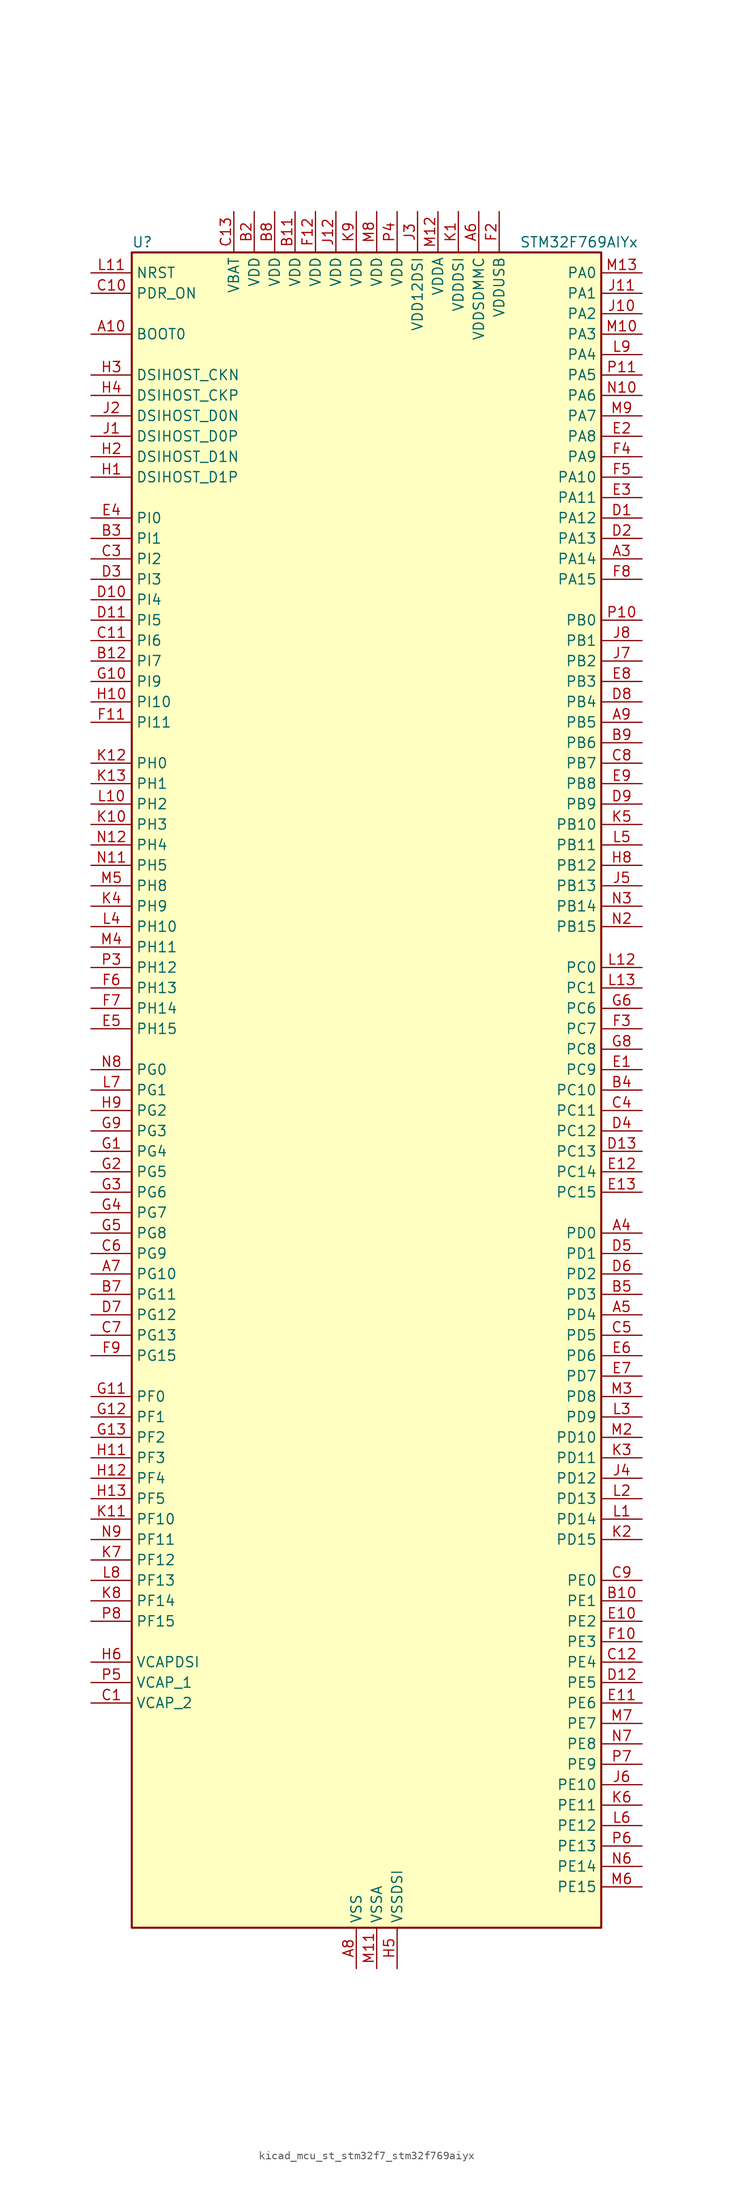
<source format=kicad_sym>
(kicad_symbol_lib
  (version 20220914)
  (generator kicad_symbol_editor)
  (symbol "kicad_mcu_st_stm32f7_stm32f769aiyx"
    (property "Reference" "U"
      (at -27.94 105.41 0)
      (effects (font (size 1.27 1.27)) (justify left)))
    (property "Value" "STM32F769AIYx"
      (at 20.32 105.41 0)
      (effects (font (size 1.27 1.27)) (justify left)))
    (property "ki_locked" ""
      (at 0 0 0)
      (effects (font (size 1.27 1.27))))
    (symbol "kicad_mcu_st_stm32f7_stm32f769aiyx_0_1"
      (rectangle (start -27.94 -104.14) (end 30.48 104.14) (stroke (width 0.254) (type default)) (fill (type background))))
    (symbol "kicad_mcu_st_stm32f7_stm32f769aiyx_1_1"
      (pin no_connect line (at -27.94 -104.14 0) (length 5.08) hide (name "NC" (effects (font (size 1.27 1.27)))) (number "A1" (effects (font (size 1.27 1.27)))))
      (pin input line (at -33.02 93.98 0) (length 5.08) (name "BOOT0" (effects (font (size 1.27 1.27)))) (number "A10" (effects (font (size 1.27 1.27)))))
      (pin passive line (at 0 -109.22 90) (length 5.08) hide (name "VSS" (effects (font (size 1.27 1.27)))) (number "A11" (effects (font (size 1.27 1.27)))))
      (pin no_connect line (at -27.94 -99.06 0) (length 5.08) hide (name "NC" (effects (font (size 1.27 1.27)))) (number "A12" (effects (font (size 1.27 1.27)))))
      (pin no_connect line (at -27.94 -96.52 0) (length 5.08) hide (name "NC" (effects (font (size 1.27 1.27)))) (number "A13" (effects (font (size 1.27 1.27)))))
      (pin no_connect line (at -27.94 -101.6 0) (length 5.08) hide (name "NC" (effects (font (size 1.27 1.27)))) (number "A2" (effects (font (size 1.27 1.27)))))
      (pin bidirectional line (at 35.56 66.04 180) (length 5.08) (name "PA14" (effects (font (size 1.27 1.27)))) (number "A3" (effects (font (size 1.27 1.27)))) (alternate "SYS_JTCK-SWCLK" bidirectional line))
      (pin bidirectional line (at 35.56 -17.78 180) (length 5.08) (name "PD0" (effects (font (size 1.27 1.27)))) (number "A4" (effects (font (size 1.27 1.27)))) (alternate "CAN1_RX" bidirectional line) (alternate "DFSDM1_CKIN6" bidirectional line) (alternate "DFSDM1_DATIN7" bidirectional line) (alternate "FMC_D2" bidirectional line) (alternate "FMC_DA2" bidirectional line) (alternate "UART4_RX" bidirectional line))
      (pin bidirectional line (at 35.56 -27.94 180) (length 5.08) (name "PD4" (effects (font (size 1.27 1.27)))) (number "A5" (effects (font (size 1.27 1.27)))) (alternate "DFSDM1_CKIN0" bidirectional line) (alternate "FMC_NOE" bidirectional line) (alternate "USART2_DE" bidirectional line) (alternate "USART2_RTS" bidirectional line))
      (pin power_in line (at 15.24 109.22 270) (length 5.08) (name "VDDSDMMC" (effects (font (size 1.27 1.27)))) (number "A6" (effects (font (size 1.27 1.27)))))
      (pin bidirectional line (at -33.02 -22.86 0) (length 5.08) (name "PG10" (effects (font (size 1.27 1.27)))) (number "A7" (effects (font (size 1.27 1.27)))) (alternate "DCMI_D2" bidirectional line) (alternate "FMC_NE3" bidirectional line) (alternate "I2S1_WS" bidirectional line) (alternate "LTDC_B2" bidirectional line) (alternate "LTDC_G3" bidirectional line) (alternate "SAI2_SD_B" bidirectional line) (alternate "SDMMC2_D1" bidirectional line) (alternate "SPI1_NSS" bidirectional line))
      (pin power_in line (at 0 -109.22 90) (length 5.08) (name "VSS" (effects (font (size 1.27 1.27)))) (number "A8" (effects (font (size 1.27 1.27)))))
      (pin bidirectional line (at 35.56 45.72 180) (length 5.08) (name "PB5" (effects (font (size 1.27 1.27)))) (number "A9" (effects (font (size 1.27 1.27)))) (alternate "CAN2_RX" bidirectional line) (alternate "DCMI_D10" bidirectional line) (alternate "FMC_SDCKE1" bidirectional line) (alternate "I2C1_SMBA" bidirectional line) (alternate "I2S1_SD" bidirectional line) (alternate "I2S3_SD" bidirectional line) (alternate "LTDC_G7" bidirectional line) (alternate "SPI1_MOSI" bidirectional line) (alternate "SPI3_MOSI" bidirectional line) (alternate "SPI6_MOSI" bidirectional line) (alternate "TIM3_CH2" bidirectional line) (alternate "UART5_RX" bidirectional line) (alternate "USB_OTG_HS_ULPI_D7" bidirectional line))
      (pin no_connect line (at -27.94 -93.98 0) (length 5.08) hide (name "NC" (effects (font (size 1.27 1.27)))) (number "B1" (effects (font (size 1.27 1.27)))))
      (pin bidirectional line (at 35.56 -63.5 180) (length 5.08) (name "PE1" (effects (font (size 1.27 1.27)))) (number "B10" (effects (font (size 1.27 1.27)))) (alternate "DCMI_D3" bidirectional line) (alternate "FMC_NBL1" bidirectional line) (alternate "LPTIM1_IN2" bidirectional line) (alternate "UART8_TX" bidirectional line))
      (pin power_in line (at -7.62 109.22 270) (length 5.08) (name "VDD" (effects (font (size 1.27 1.27)))) (number "B11" (effects (font (size 1.27 1.27)))))
      (pin bidirectional line (at -33.02 53.34 0) (length 5.08) (name "PI7" (effects (font (size 1.27 1.27)))) (number "B12" (effects (font (size 1.27 1.27)))) (alternate "DCMI_D7" bidirectional line) (alternate "FMC_D29" bidirectional line) (alternate "LTDC_B7" bidirectional line) (alternate "SAI2_FS_A" bidirectional line) (alternate "TIM8_CH3" bidirectional line))
      (pin no_connect line (at -27.94 -91.44 0) (length 5.08) hide (name "NC" (effects (font (size 1.27 1.27)))) (number "B13" (effects (font (size 1.27 1.27)))))
      (pin power_in line (at -12.7 109.22 270) (length 5.08) (name "VDD" (effects (font (size 1.27 1.27)))) (number "B2" (effects (font (size 1.27 1.27)))))
      (pin bidirectional line (at -33.02 68.58 0) (length 5.08) (name "PI1" (effects (font (size 1.27 1.27)))) (number "B3" (effects (font (size 1.27 1.27)))) (alternate "DCMI_D8" bidirectional line) (alternate "FMC_D25" bidirectional line) (alternate "I2S2_CK" bidirectional line) (alternate "LTDC_G6" bidirectional line) (alternate "SPI2_SCK" bidirectional line) (alternate "TIM8_BKIN2" bidirectional line))
      (pin bidirectional line (at 35.56 0 180) (length 5.08) (name "PC10" (effects (font (size 1.27 1.27)))) (number "B4" (effects (font (size 1.27 1.27)))) (alternate "DCMI_D8" bidirectional line) (alternate "DFSDM1_CKIN5" bidirectional line) (alternate "I2S3_CK" bidirectional line) (alternate "LTDC_R2" bidirectional line) (alternate "QUADSPI_BK1_IO1" bidirectional line) (alternate "SDMMC1_D2" bidirectional line) (alternate "SPI3_SCK" bidirectional line) (alternate "UART4_TX" bidirectional line) (alternate "USART3_TX" bidirectional line))
      (pin bidirectional line (at 35.56 -25.4 180) (length 5.08) (name "PD3" (effects (font (size 1.27 1.27)))) (number "B5" (effects (font (size 1.27 1.27)))) (alternate "DCMI_D5" bidirectional line) (alternate "DFSDM1_CKOUT" bidirectional line) (alternate "DFSDM1_DATIN0" bidirectional line) (alternate "FMC_CLK" bidirectional line) (alternate "I2S2_CK" bidirectional line) (alternate "LTDC_G7" bidirectional line) (alternate "SPI2_SCK" bidirectional line) (alternate "USART2_CTS" bidirectional line))
      (pin passive line (at 0 -109.22 90) (length 5.08) hide (name "VSS" (effects (font (size 1.27 1.27)))) (number "B6" (effects (font (size 1.27 1.27)))))
      (pin bidirectional line (at -33.02 -25.4 0) (length 5.08) (name "PG11" (effects (font (size 1.27 1.27)))) (number "B7" (effects (font (size 1.27 1.27)))) (alternate "ADC1_EXTI11" bidirectional line) (alternate "ADC2_EXTI11" bidirectional line) (alternate "ADC3_EXTI11" bidirectional line) (alternate "DCMI_D3" bidirectional line) (alternate "I2S1_CK" bidirectional line) (alternate "LTDC_B3" bidirectional line) (alternate "SDMMC2_D2" bidirectional line) (alternate "SPDIFRX_IN0" bidirectional line) (alternate "SPI1_SCK" bidirectional line))
      (pin power_in line (at -10.16 109.22 270) (length 5.08) (name "VDD" (effects (font (size 1.27 1.27)))) (number "B8" (effects (font (size 1.27 1.27)))))
      (pin bidirectional line (at 35.56 43.18 180) (length 5.08) (name "PB6" (effects (font (size 1.27 1.27)))) (number "B9" (effects (font (size 1.27 1.27)))) (alternate "CAN2_TX" bidirectional line) (alternate "CEC" bidirectional line) (alternate "DCMI_D5" bidirectional line) (alternate "DFSDM1_DATIN5" bidirectional line) (alternate "FMC_SDNE1" bidirectional line) (alternate "I2C1_SCL" bidirectional line) (alternate "I2C4_SCL" bidirectional line) (alternate "QUADSPI_BK1_NCS" bidirectional line) (alternate "TIM4_CH1" bidirectional line) (alternate "UART5_TX" bidirectional line) (alternate "USART1_TX" bidirectional line))
      (pin power_out line (at -33.02 -76.2 0) (length 5.08) (name "VCAP_2" (effects (font (size 1.27 1.27)))) (number "C1" (effects (font (size 1.27 1.27)))))
      (pin input line (at -33.02 99.06 0) (length 5.08) (name "PDR_ON" (effects (font (size 1.27 1.27)))) (number "C10" (effects (font (size 1.27 1.27)))))
      (pin bidirectional line (at -33.02 55.88 0) (length 5.08) (name "PI6" (effects (font (size 1.27 1.27)))) (number "C11" (effects (font (size 1.27 1.27)))) (alternate "DCMI_D6" bidirectional line) (alternate "FMC_D28" bidirectional line) (alternate "LTDC_B6" bidirectional line) (alternate "SAI2_SD_A" bidirectional line) (alternate "TIM8_CH2" bidirectional line))
      (pin bidirectional line (at 35.56 -71.12 180) (length 5.08) (name "PE4" (effects (font (size 1.27 1.27)))) (number "C12" (effects (font (size 1.27 1.27)))) (alternate "DCMI_D4" bidirectional line) (alternate "DFSDM1_DATIN3" bidirectional line) (alternate "FMC_A20" bidirectional line) (alternate "LTDC_B0" bidirectional line) (alternate "SAI1_FS_A" bidirectional line) (alternate "SPI4_NSS" bidirectional line) (alternate "SYS_TRACED1" bidirectional line))
      (pin power_in line (at -15.24 109.22 270) (length 5.08) (name "VBAT" (effects (font (size 1.27 1.27)))) (number "C13" (effects (font (size 1.27 1.27)))))
      (pin passive line (at 0 -109.22 90) (length 5.08) hide (name "VSS" (effects (font (size 1.27 1.27)))) (number "C2" (effects (font (size 1.27 1.27)))))
      (pin bidirectional line (at -33.02 66.04 0) (length 5.08) (name "PI2" (effects (font (size 1.27 1.27)))) (number "C3" (effects (font (size 1.27 1.27)))) (alternate "DCMI_D9" bidirectional line) (alternate "FMC_D26" bidirectional line) (alternate "LTDC_G7" bidirectional line) (alternate "SPI2_MISO" bidirectional line) (alternate "TIM8_CH4" bidirectional line))
      (pin bidirectional line (at 35.56 -2.54 180) (length 5.08) (name "PC11" (effects (font (size 1.27 1.27)))) (number "C4" (effects (font (size 1.27 1.27)))) (alternate "ADC1_EXTI11" bidirectional line) (alternate "ADC2_EXTI11" bidirectional line) (alternate "ADC3_EXTI11" bidirectional line) (alternate "DCMI_D4" bidirectional line) (alternate "DFSDM1_DATIN5" bidirectional line) (alternate "QUADSPI_BK2_NCS" bidirectional line) (alternate "SDMMC1_D3" bidirectional line) (alternate "SPI3_MISO" bidirectional line) (alternate "UART4_RX" bidirectional line) (alternate "USART3_RX" bidirectional line))
      (pin bidirectional line (at 35.56 -30.48 180) (length 5.08) (name "PD5" (effects (font (size 1.27 1.27)))) (number "C5" (effects (font (size 1.27 1.27)))) (alternate "FMC_NWE" bidirectional line) (alternate "USART2_TX" bidirectional line))
      (pin bidirectional line (at -33.02 -20.32 0) (length 5.08) (name "PG9" (effects (font (size 1.27 1.27)))) (number "C6" (effects (font (size 1.27 1.27)))) (alternate "DAC_EXTI9" bidirectional line) (alternate "DCMI_VSYNC" bidirectional line) (alternate "FMC_NCE" bidirectional line) (alternate "FMC_NE2" bidirectional line) (alternate "QUADSPI_BK2_IO2" bidirectional line) (alternate "SAI2_FS_B" bidirectional line) (alternate "SDMMC2_D0" bidirectional line) (alternate "SPDIFRX_IN3" bidirectional line) (alternate "SPI1_MISO" bidirectional line) (alternate "USART6_RX" bidirectional line))
      (pin bidirectional line (at -33.02 -30.48 0) (length 5.08) (name "PG13" (effects (font (size 1.27 1.27)))) (number "C7" (effects (font (size 1.27 1.27)))) (alternate "FMC_A24" bidirectional line) (alternate "LPTIM1_OUT" bidirectional line) (alternate "LTDC_R0" bidirectional line) (alternate "SPI6_SCK" bidirectional line) (alternate "SYS_TRACED0" bidirectional line) (alternate "USART6_CTS" bidirectional line))
      (pin bidirectional line (at 35.56 40.64 180) (length 5.08) (name "PB7" (effects (font (size 1.27 1.27)))) (number "C8" (effects (font (size 1.27 1.27)))) (alternate "DCMI_VSYNC" bidirectional line) (alternate "DFSDM1_CKIN5" bidirectional line) (alternate "FMC_NL" bidirectional line) (alternate "I2C1_SDA" bidirectional line) (alternate "I2C4_SDA" bidirectional line) (alternate "TIM4_CH2" bidirectional line) (alternate "USART1_RX" bidirectional line))
      (pin bidirectional line (at 35.56 -60.96 180) (length 5.08) (name "PE0" (effects (font (size 1.27 1.27)))) (number "C9" (effects (font (size 1.27 1.27)))) (alternate "DCMI_D2" bidirectional line) (alternate "FMC_NBL0" bidirectional line) (alternate "LPTIM1_ETR" bidirectional line) (alternate "SAI2_MCLK_A" bidirectional line) (alternate "TIM4_ETR" bidirectional line) (alternate "UART8_RX" bidirectional line))
      (pin bidirectional line (at 35.56 71.12 180) (length 5.08) (name "PA12" (effects (font (size 1.27 1.27)))) (number "D1" (effects (font (size 1.27 1.27)))) (alternate "CAN1_TX" bidirectional line) (alternate "I2S2_CK" bidirectional line) (alternate "LTDC_R5" bidirectional line) (alternate "SAI2_FS_B" bidirectional line) (alternate "SPI2_SCK" bidirectional line) (alternate "TIM1_ETR" bidirectional line) (alternate "UART4_TX" bidirectional line) (alternate "USART1_DE" bidirectional line) (alternate "USART1_RTS" bidirectional line) (alternate "USB_OTG_FS_DP" bidirectional line))
      (pin bidirectional line (at -33.02 60.96 0) (length 5.08) (name "PI4" (effects (font (size 1.27 1.27)))) (number "D10" (effects (font (size 1.27 1.27)))) (alternate "DCMI_D5" bidirectional line) (alternate "FMC_NBL2" bidirectional line) (alternate "LTDC_B4" bidirectional line) (alternate "SAI2_MCLK_A" bidirectional line) (alternate "TIM8_BKIN" bidirectional line))
      (pin bidirectional line (at -33.02 58.42 0) (length 5.08) (name "PI5" (effects (font (size 1.27 1.27)))) (number "D11" (effects (font (size 1.27 1.27)))) (alternate "DCMI_VSYNC" bidirectional line) (alternate "FMC_NBL3" bidirectional line) (alternate "LTDC_B5" bidirectional line) (alternate "SAI2_SCK_A" bidirectional line) (alternate "TIM8_CH1" bidirectional line))
      (pin bidirectional line (at 35.56 -73.66 180) (length 5.08) (name "PE5" (effects (font (size 1.27 1.27)))) (number "D12" (effects (font (size 1.27 1.27)))) (alternate "DCMI_D6" bidirectional line) (alternate "DFSDM1_CKIN3" bidirectional line) (alternate "FMC_A21" bidirectional line) (alternate "LTDC_G0" bidirectional line) (alternate "SAI1_SCK_A" bidirectional line) (alternate "SPI4_MISO" bidirectional line) (alternate "SYS_TRACED2" bidirectional line) (alternate "TIM9_CH1" bidirectional line))
      (pin bidirectional line (at 35.56 -7.62 180) (length 5.08) (name "PC13" (effects (font (size 1.27 1.27)))) (number "D13" (effects (font (size 1.27 1.27)))) (alternate "RTC_OUT" bidirectional line) (alternate "RTC_TAMP1" bidirectional line) (alternate "RTC_TS" bidirectional line) (alternate "SYS_WKUP4" bidirectional line))
      (pin bidirectional line (at 35.56 68.58 180) (length 5.08) (name "PA13" (effects (font (size 1.27 1.27)))) (number "D2" (effects (font (size 1.27 1.27)))) (alternate "SYS_JTMS-SWDIO" bidirectional line))
      (pin bidirectional line (at -33.02 63.5 0) (length 5.08) (name "PI3" (effects (font (size 1.27 1.27)))) (number "D3" (effects (font (size 1.27 1.27)))) (alternate "DCMI_D10" bidirectional line) (alternate "FMC_D27" bidirectional line) (alternate "I2S2_SD" bidirectional line) (alternate "SPI2_MOSI" bidirectional line) (alternate "TIM8_ETR" bidirectional line))
      (pin bidirectional line (at 35.56 -5.08 180) (length 5.08) (name "PC12" (effects (font (size 1.27 1.27)))) (number "D4" (effects (font (size 1.27 1.27)))) (alternate "DCMI_D9" bidirectional line) (alternate "I2S3_SD" bidirectional line) (alternate "SDMMC1_CK" bidirectional line) (alternate "SPI3_MOSI" bidirectional line) (alternate "SYS_TRACED3" bidirectional line) (alternate "UART5_TX" bidirectional line) (alternate "USART3_CK" bidirectional line))
      (pin bidirectional line (at 35.56 -20.32 180) (length 5.08) (name "PD1" (effects (font (size 1.27 1.27)))) (number "D5" (effects (font (size 1.27 1.27)))) (alternate "CAN1_TX" bidirectional line) (alternate "DFSDM1_CKIN7" bidirectional line) (alternate "DFSDM1_DATIN6" bidirectional line) (alternate "FMC_D3" bidirectional line) (alternate "FMC_DA3" bidirectional line) (alternate "UART4_TX" bidirectional line))
      (pin bidirectional line (at 35.56 -22.86 180) (length 5.08) (name "PD2" (effects (font (size 1.27 1.27)))) (number "D6" (effects (font (size 1.27 1.27)))) (alternate "DCMI_D11" bidirectional line) (alternate "SDMMC1_CMD" bidirectional line) (alternate "SYS_TRACED2" bidirectional line) (alternate "TIM3_ETR" bidirectional line) (alternate "UART5_RX" bidirectional line))
      (pin bidirectional line (at -33.02 -27.94 0) (length 5.08) (name "PG12" (effects (font (size 1.27 1.27)))) (number "D7" (effects (font (size 1.27 1.27)))) (alternate "FMC_NE4" bidirectional line) (alternate "LPTIM1_IN1" bidirectional line) (alternate "LTDC_B1" bidirectional line) (alternate "LTDC_B4" bidirectional line) (alternate "SDMMC2_D3" bidirectional line) (alternate "SPDIFRX_IN1" bidirectional line) (alternate "SPI6_MISO" bidirectional line) (alternate "USART6_DE" bidirectional line) (alternate "USART6_RTS" bidirectional line))
      (pin bidirectional line (at 35.56 48.26 180) (length 5.08) (name "PB4" (effects (font (size 1.27 1.27)))) (number "D8" (effects (font (size 1.27 1.27)))) (alternate "CAN3_TX" bidirectional line) (alternate "I2S2_WS" bidirectional line) (alternate "SDMMC2_D3" bidirectional line) (alternate "SPI1_MISO" bidirectional line) (alternate "SPI2_NSS" bidirectional line) (alternate "SPI3_MISO" bidirectional line) (alternate "SPI6_MISO" bidirectional line) (alternate "SYS_JTRST" bidirectional line) (alternate "TIM3_CH1" bidirectional line) (alternate "UART7_TX" bidirectional line))
      (pin bidirectional line (at 35.56 35.56 180) (length 5.08) (name "PB9" (effects (font (size 1.27 1.27)))) (number "D9" (effects (font (size 1.27 1.27)))) (alternate "CAN1_TX" bidirectional line) (alternate "DAC_EXTI9" bidirectional line) (alternate "DCMI_D7" bidirectional line) (alternate "DFSDM1_DATIN7" bidirectional line) (alternate "I2C1_SDA" bidirectional line) (alternate "I2C4_SDA" bidirectional line) (alternate "I2C4_SMBA" bidirectional line) (alternate "I2S2_WS" bidirectional line) (alternate "LTDC_B7" bidirectional line) (alternate "SDMMC1_D5" bidirectional line) (alternate "SDMMC2_D5" bidirectional line) (alternate "SPI2_NSS" bidirectional line) (alternate "TIM11_CH1" bidirectional line) (alternate "TIM4_CH4" bidirectional line) (alternate "UART5_TX" bidirectional line))
      (pin bidirectional line (at 35.56 2.54 180) (length 5.08) (name "PC9" (effects (font (size 1.27 1.27)))) (number "E1" (effects (font (size 1.27 1.27)))) (alternate "DAC_EXTI9" bidirectional line) (alternate "DCMI_D3" bidirectional line) (alternate "I2C3_SDA" bidirectional line) (alternate "I2S_CKIN" bidirectional line) (alternate "LTDC_B2" bidirectional line) (alternate "LTDC_G3" bidirectional line) (alternate "QUADSPI_BK1_IO0" bidirectional line) (alternate "RCC_MCO_2" bidirectional line) (alternate "SDMMC1_D1" bidirectional line) (alternate "TIM3_CH4" bidirectional line) (alternate "TIM8_CH4" bidirectional line) (alternate "UART5_CTS" bidirectional line))
      (pin bidirectional line (at 35.56 -66.04 180) (length 5.08) (name "PE2" (effects (font (size 1.27 1.27)))) (number "E10" (effects (font (size 1.27 1.27)))) (alternate "FMC_A23" bidirectional line) (alternate "QUADSPI_BK1_IO2" bidirectional line) (alternate "SAI1_MCLK_A" bidirectional line) (alternate "SPI4_SCK" bidirectional line) (alternate "SYS_TRACECLK" bidirectional line))
      (pin bidirectional line (at 35.56 -76.2 180) (length 5.08) (name "PE6" (effects (font (size 1.27 1.27)))) (number "E11" (effects (font (size 1.27 1.27)))) (alternate "DCMI_D7" bidirectional line) (alternate "FMC_A22" bidirectional line) (alternate "LTDC_G1" bidirectional line) (alternate "SAI1_SD_A" bidirectional line) (alternate "SAI2_MCLK_B" bidirectional line) (alternate "SPI4_MOSI" bidirectional line) (alternate "SYS_TRACED3" bidirectional line) (alternate "TIM1_BKIN2" bidirectional line) (alternate "TIM9_CH2" bidirectional line))
      (pin bidirectional line (at 35.56 -10.16 180) (length 5.08) (name "PC14" (effects (font (size 1.27 1.27)))) (number "E12" (effects (font (size 1.27 1.27)))) (alternate "RCC_OSC32_IN" bidirectional line))
      (pin bidirectional line (at 35.56 -12.7 180) (length 5.08) (name "PC15" (effects (font (size 1.27 1.27)))) (number "E13" (effects (font (size 1.27 1.27)))) (alternate "RCC_OSC32_OUT" bidirectional line))
      (pin bidirectional line (at 35.56 81.28 180) (length 5.08) (name "PA8" (effects (font (size 1.27 1.27)))) (number "E2" (effects (font (size 1.27 1.27)))) (alternate "CAN3_RX" bidirectional line) (alternate "I2C3_SCL" bidirectional line) (alternate "LTDC_B3" bidirectional line) (alternate "LTDC_R6" bidirectional line) (alternate "RCC_MCO_1" bidirectional line) (alternate "TIM1_CH1" bidirectional line) (alternate "TIM8_BKIN2" bidirectional line) (alternate "UART7_RX" bidirectional line) (alternate "USART1_CK" bidirectional line) (alternate "USB_OTG_FS_SOF" bidirectional line))
      (pin bidirectional line (at 35.56 73.66 180) (length 5.08) (name "PA11" (effects (font (size 1.27 1.27)))) (number "E3" (effects (font (size 1.27 1.27)))) (alternate "ADC1_EXTI11" bidirectional line) (alternate "ADC2_EXTI11" bidirectional line) (alternate "ADC3_EXTI11" bidirectional line) (alternate "CAN1_RX" bidirectional line) (alternate "I2S2_WS" bidirectional line) (alternate "LTDC_R4" bidirectional line) (alternate "SPI2_NSS" bidirectional line) (alternate "TIM1_CH4" bidirectional line) (alternate "UART4_RX" bidirectional line) (alternate "USART1_CTS" bidirectional line) (alternate "USB_OTG_FS_DM" bidirectional line))
      (pin bidirectional line (at -33.02 71.12 0) (length 5.08) (name "PI0" (effects (font (size 1.27 1.27)))) (number "E4" (effects (font (size 1.27 1.27)))) (alternate "DCMI_D13" bidirectional line) (alternate "FMC_D24" bidirectional line) (alternate "I2S2_WS" bidirectional line) (alternate "LTDC_G5" bidirectional line) (alternate "SPI2_NSS" bidirectional line) (alternate "TIM5_CH4" bidirectional line))
      (pin bidirectional line (at -33.02 7.62 0) (length 5.08) (name "PH15" (effects (font (size 1.27 1.27)))) (number "E5" (effects (font (size 1.27 1.27)))) (alternate "DCMI_D11" bidirectional line) (alternate "FMC_D23" bidirectional line) (alternate "LTDC_G4" bidirectional line) (alternate "TIM8_CH3N" bidirectional line))
      (pin bidirectional line (at 35.56 -33.02 180) (length 5.08) (name "PD6" (effects (font (size 1.27 1.27)))) (number "E6" (effects (font (size 1.27 1.27)))) (alternate "DCMI_D10" bidirectional line) (alternate "DFSDM1_CKIN4" bidirectional line) (alternate "DFSDM1_DATIN1" bidirectional line) (alternate "FMC_NWAIT" bidirectional line) (alternate "I2S3_SD" bidirectional line) (alternate "LTDC_B2" bidirectional line) (alternate "SAI1_SD_A" bidirectional line) (alternate "SDMMC2_CK" bidirectional line) (alternate "SPI3_MOSI" bidirectional line) (alternate "USART2_RX" bidirectional line))
      (pin bidirectional line (at 35.56 -35.56 180) (length 5.08) (name "PD7" (effects (font (size 1.27 1.27)))) (number "E7" (effects (font (size 1.27 1.27)))) (alternate "DFSDM1_CKIN1" bidirectional line) (alternate "DFSDM1_DATIN4" bidirectional line) (alternate "FMC_NE1" bidirectional line) (alternate "I2S1_SD" bidirectional line) (alternate "SDMMC2_CMD" bidirectional line) (alternate "SPDIFRX_IN0" bidirectional line) (alternate "SPI1_MOSI" bidirectional line) (alternate "USART2_CK" bidirectional line))
      (pin bidirectional line (at 35.56 50.8 180) (length 5.08) (name "PB3" (effects (font (size 1.27 1.27)))) (number "E8" (effects (font (size 1.27 1.27)))) (alternate "CAN3_RX" bidirectional line) (alternate "I2S1_CK" bidirectional line) (alternate "I2S3_CK" bidirectional line) (alternate "SDMMC2_D2" bidirectional line) (alternate "SPI1_SCK" bidirectional line) (alternate "SPI3_SCK" bidirectional line) (alternate "SPI6_SCK" bidirectional line) (alternate "SYS_JTDO-SWO" bidirectional line) (alternate "TIM2_CH2" bidirectional line) (alternate "UART7_RX" bidirectional line))
      (pin bidirectional line (at 35.56 38.1 180) (length 5.08) (name "PB8" (effects (font (size 1.27 1.27)))) (number "E9" (effects (font (size 1.27 1.27)))) (alternate "CAN1_RX" bidirectional line) (alternate "DCMI_D6" bidirectional line) (alternate "DFSDM1_CKIN7" bidirectional line) (alternate "I2C1_SCL" bidirectional line) (alternate "I2C4_SCL" bidirectional line) (alternate "LTDC_B6" bidirectional line) (alternate "SDMMC1_D4" bidirectional line) (alternate "SDMMC2_D4" bidirectional line) (alternate "TIM10_CH1" bidirectional line) (alternate "TIM4_CH3" bidirectional line) (alternate "UART5_RX" bidirectional line))
      (pin passive line (at 0 -109.22 90) (length 5.08) hide (name "VSS" (effects (font (size 1.27 1.27)))) (number "F1" (effects (font (size 1.27 1.27)))))
      (pin bidirectional line (at 35.56 -68.58 180) (length 5.08) (name "PE3" (effects (font (size 1.27 1.27)))) (number "F10" (effects (font (size 1.27 1.27)))) (alternate "FMC_A19" bidirectional line) (alternate "SAI1_SD_B" bidirectional line) (alternate "SYS_TRACED0" bidirectional line))
      (pin bidirectional line (at -33.02 45.72 0) (length 5.08) (name "PI11" (effects (font (size 1.27 1.27)))) (number "F11" (effects (font (size 1.27 1.27)))) (alternate "ADC1_EXTI11" bidirectional line) (alternate "ADC2_EXTI11" bidirectional line) (alternate "ADC3_EXTI11" bidirectional line) (alternate "LTDC_G6" bidirectional line) (alternate "SYS_WKUP6" bidirectional line) (alternate "USB_OTG_HS_ULPI_DIR" bidirectional line))
      (pin power_in line (at -5.08 109.22 270) (length 5.08) (name "VDD" (effects (font (size 1.27 1.27)))) (number "F12" (effects (font (size 1.27 1.27)))))
      (pin passive line (at 0 -109.22 90) (length 5.08) hide (name "VSS" (effects (font (size 1.27 1.27)))) (number "F13" (effects (font (size 1.27 1.27)))))
      (pin power_in line (at 17.78 109.22 270) (length 5.08) (name "VDDUSB" (effects (font (size 1.27 1.27)))) (number "F2" (effects (font (size 1.27 1.27)))))
      (pin bidirectional line (at 35.56 7.62 180) (length 5.08) (name "PC7" (effects (font (size 1.27 1.27)))) (number "F3" (effects (font (size 1.27 1.27)))) (alternate "DCMI_D1" bidirectional line) (alternate "DFSDM1_DATIN3" bidirectional line) (alternate "FMC_NE1" bidirectional line) (alternate "I2S3_MCK" bidirectional line) (alternate "LTDC_G6" bidirectional line) (alternate "SDMMC1_D7" bidirectional line) (alternate "SDMMC2_D7" bidirectional line) (alternate "TIM3_CH2" bidirectional line) (alternate "TIM8_CH2" bidirectional line) (alternate "USART6_RX" bidirectional line))
      (pin bidirectional line (at 35.56 78.74 180) (length 5.08) (name "PA9" (effects (font (size 1.27 1.27)))) (number "F4" (effects (font (size 1.27 1.27)))) (alternate "DAC_EXTI9" bidirectional line) (alternate "DCMI_D0" bidirectional line) (alternate "I2C3_SMBA" bidirectional line) (alternate "I2S2_CK" bidirectional line) (alternate "LTDC_R5" bidirectional line) (alternate "SPI2_SCK" bidirectional line) (alternate "TIM1_CH2" bidirectional line) (alternate "USART1_TX" bidirectional line) (alternate "USB_OTG_FS_VBUS" bidirectional line))
      (pin bidirectional line (at 35.56 76.2 180) (length 5.08) (name "PA10" (effects (font (size 1.27 1.27)))) (number "F5" (effects (font (size 1.27 1.27)))) (alternate "DCMI_D1" bidirectional line) (alternate "LTDC_B1" bidirectional line) (alternate "LTDC_B4" bidirectional line) (alternate "MDIOS_MDIO" bidirectional line) (alternate "TIM1_CH3" bidirectional line) (alternate "USART1_RX" bidirectional line) (alternate "USB_OTG_FS_ID" bidirectional line))
      (pin bidirectional line (at -33.02 12.7 0) (length 5.08) (name "PH13" (effects (font (size 1.27 1.27)))) (number "F6" (effects (font (size 1.27 1.27)))) (alternate "CAN1_TX" bidirectional line) (alternate "FMC_D21" bidirectional line) (alternate "LTDC_G2" bidirectional line) (alternate "TIM8_CH1N" bidirectional line) (alternate "UART4_TX" bidirectional line))
      (pin bidirectional line (at -33.02 10.16 0) (length 5.08) (name "PH14" (effects (font (size 1.27 1.27)))) (number "F7" (effects (font (size 1.27 1.27)))) (alternate "CAN1_RX" bidirectional line) (alternate "DCMI_D4" bidirectional line) (alternate "FMC_D22" bidirectional line) (alternate "LTDC_G3" bidirectional line) (alternate "TIM8_CH2N" bidirectional line) (alternate "UART4_RX" bidirectional line))
      (pin bidirectional line (at 35.56 63.5 180) (length 5.08) (name "PA15" (effects (font (size 1.27 1.27)))) (number "F8" (effects (font (size 1.27 1.27)))) (alternate "CAN3_TX" bidirectional line) (alternate "CEC" bidirectional line) (alternate "I2S1_WS" bidirectional line) (alternate "I2S3_WS" bidirectional line) (alternate "SPI1_NSS" bidirectional line) (alternate "SPI3_NSS" bidirectional line) (alternate "SPI6_NSS" bidirectional line) (alternate "SYS_JTDI" bidirectional line) (alternate "TIM2_CH1" bidirectional line) (alternate "TIM2_ETR" bidirectional line) (alternate "UART4_DE" bidirectional line) (alternate "UART4_RTS" bidirectional line) (alternate "UART7_TX" bidirectional line))
      (pin bidirectional line (at -33.02 -33.02 0) (length 5.08) (name "PG15" (effects (font (size 1.27 1.27)))) (number "F9" (effects (font (size 1.27 1.27)))) (alternate "DCMI_D13" bidirectional line) (alternate "FMC_SDNCAS" bidirectional line) (alternate "USART6_CTS" bidirectional line))
      (pin bidirectional line (at -33.02 -7.62 0) (length 5.08) (name "PG4" (effects (font (size 1.27 1.27)))) (number "G1" (effects (font (size 1.27 1.27)))) (alternate "FMC_A14" bidirectional line) (alternate "FMC_BA0" bidirectional line))
      (pin bidirectional line (at -33.02 50.8 0) (length 5.08) (name "PI9" (effects (font (size 1.27 1.27)))) (number "G10" (effects (font (size 1.27 1.27)))) (alternate "CAN1_RX" bidirectional line) (alternate "DAC_EXTI9" bidirectional line) (alternate "FMC_D30" bidirectional line) (alternate "LTDC_VSYNC" bidirectional line) (alternate "UART4_RX" bidirectional line))
      (pin bidirectional line (at -33.02 -38.1 0) (length 5.08) (name "PF0" (effects (font (size 1.27 1.27)))) (number "G11" (effects (font (size 1.27 1.27)))) (alternate "FMC_A0" bidirectional line) (alternate "I2C2_SDA" bidirectional line))
      (pin bidirectional line (at -33.02 -40.64 0) (length 5.08) (name "PF1" (effects (font (size 1.27 1.27)))) (number "G12" (effects (font (size 1.27 1.27)))) (alternate "FMC_A1" bidirectional line) (alternate "I2C2_SCL" bidirectional line))
      (pin bidirectional line (at -33.02 -43.18 0) (length 5.08) (name "PF2" (effects (font (size 1.27 1.27)))) (number "G13" (effects (font (size 1.27 1.27)))) (alternate "FMC_A2" bidirectional line) (alternate "I2C2_SMBA" bidirectional line))
      (pin bidirectional line (at -33.02 -10.16 0) (length 5.08) (name "PG5" (effects (font (size 1.27 1.27)))) (number "G2" (effects (font (size 1.27 1.27)))) (alternate "FMC_A15" bidirectional line) (alternate "FMC_BA1" bidirectional line))
      (pin bidirectional line (at -33.02 -12.7 0) (length 5.08) (name "PG6" (effects (font (size 1.27 1.27)))) (number "G3" (effects (font (size 1.27 1.27)))) (alternate "DCMI_D12" bidirectional line) (alternate "FMC_NE3" bidirectional line) (alternate "LTDC_R7" bidirectional line))
      (pin bidirectional line (at -33.02 -15.24 0) (length 5.08) (name "PG7" (effects (font (size 1.27 1.27)))) (number "G4" (effects (font (size 1.27 1.27)))) (alternate "DCMI_D13" bidirectional line) (alternate "FMC_INT" bidirectional line) (alternate "LTDC_CLK" bidirectional line) (alternate "SAI1_MCLK_A" bidirectional line) (alternate "USART6_CK" bidirectional line))
      (pin bidirectional line (at -33.02 -17.78 0) (length 5.08) (name "PG8" (effects (font (size 1.27 1.27)))) (number "G5" (effects (font (size 1.27 1.27)))) (alternate "FMC_SDCLK" bidirectional line) (alternate "LTDC_G7" bidirectional line) (alternate "SPDIFRX_IN2" bidirectional line) (alternate "SPI6_NSS" bidirectional line) (alternate "USART6_DE" bidirectional line) (alternate "USART6_RTS" bidirectional line))
      (pin bidirectional line (at 35.56 10.16 180) (length 5.08) (name "PC6" (effects (font (size 1.27 1.27)))) (number "G6" (effects (font (size 1.27 1.27)))) (alternate "DCMI_D0" bidirectional line) (alternate "DFSDM1_CKIN3" bidirectional line) (alternate "FMC_NWAIT" bidirectional line) (alternate "I2S2_MCK" bidirectional line) (alternate "LTDC_HSYNC" bidirectional line) (alternate "SDMMC1_D6" bidirectional line) (alternate "SDMMC2_D6" bidirectional line) (alternate "TIM3_CH1" bidirectional line) (alternate "TIM8_CH1" bidirectional line) (alternate "USART6_TX" bidirectional line))
      (pin bidirectional line (at 35.56 5.08 180) (length 5.08) (name "PC8" (effects (font (size 1.27 1.27)))) (number "G8" (effects (font (size 1.27 1.27)))) (alternate "DCMI_D2" bidirectional line) (alternate "FMC_NCE" bidirectional line) (alternate "FMC_NE2" bidirectional line) (alternate "SDMMC1_D0" bidirectional line) (alternate "SYS_TRACED1" bidirectional line) (alternate "TIM3_CH3" bidirectional line) (alternate "TIM8_CH3" bidirectional line) (alternate "UART5_DE" bidirectional line) (alternate "UART5_RTS" bidirectional line) (alternate "USART6_CK" bidirectional line))
      (pin bidirectional line (at -33.02 -5.08 0) (length 5.08) (name "PG3" (effects (font (size 1.27 1.27)))) (number "G9" (effects (font (size 1.27 1.27)))) (alternate "FMC_A13" bidirectional line))
      (pin bidirectional line (at -33.02 76.2 0) (length 5.08) (name "DSIHOST_D1P" (effects (font (size 1.27 1.27)))) (number "H1" (effects (font (size 1.27 1.27)))) (alternate "DSIHOST_D1P" bidirectional line))
      (pin bidirectional line (at -33.02 48.26 0) (length 5.08) (name "PI10" (effects (font (size 1.27 1.27)))) (number "H10" (effects (font (size 1.27 1.27)))) (alternate "FMC_D31" bidirectional line) (alternate "LTDC_HSYNC" bidirectional line))
      (pin bidirectional line (at -33.02 -45.72 0) (length 5.08) (name "PF3" (effects (font (size 1.27 1.27)))) (number "H11" (effects (font (size 1.27 1.27)))) (alternate "ADC3_IN9" bidirectional line) (alternate "FMC_A3" bidirectional line))
      (pin bidirectional line (at -33.02 -48.26 0) (length 5.08) (name "PF4" (effects (font (size 1.27 1.27)))) (number "H12" (effects (font (size 1.27 1.27)))) (alternate "ADC3_IN14" bidirectional line) (alternate "FMC_A4" bidirectional line))
      (pin bidirectional line (at -33.02 -50.8 0) (length 5.08) (name "PF5" (effects (font (size 1.27 1.27)))) (number "H13" (effects (font (size 1.27 1.27)))) (alternate "ADC3_IN15" bidirectional line) (alternate "FMC_A5" bidirectional line))
      (pin bidirectional line (at -33.02 78.74 0) (length 5.08) (name "DSIHOST_D1N" (effects (font (size 1.27 1.27)))) (number "H2" (effects (font (size 1.27 1.27)))) (alternate "DSIHOST_D1N" bidirectional line))
      (pin bidirectional line (at -33.02 88.9 0) (length 5.08) (name "DSIHOST_CKN" (effects (font (size 1.27 1.27)))) (number "H3" (effects (font (size 1.27 1.27)))) (alternate "DSIHOST_CKN" bidirectional line))
      (pin bidirectional line (at -33.02 86.36 0) (length 5.08) (name "DSIHOST_CKP" (effects (font (size 1.27 1.27)))) (number "H4" (effects (font (size 1.27 1.27)))) (alternate "DSIHOST_CKP" bidirectional line))
      (pin power_in line (at 5.08 -109.22 90) (length 5.08) (name "VSSDSI" (effects (font (size 1.27 1.27)))) (number "H5" (effects (font (size 1.27 1.27)))))
      (pin power_out line (at -33.02 -71.12 0) (length 5.08) (name "VCAPDSI" (effects (font (size 1.27 1.27)))) (number "H6" (effects (font (size 1.27 1.27)))))
      (pin bidirectional line (at 35.56 27.94 180) (length 5.08) (name "PB12" (effects (font (size 1.27 1.27)))) (number "H8" (effects (font (size 1.27 1.27)))) (alternate "CAN2_RX" bidirectional line) (alternate "DFSDM1_DATIN1" bidirectional line) (alternate "I2C2_SMBA" bidirectional line) (alternate "I2S2_WS" bidirectional line) (alternate "SPI2_NSS" bidirectional line) (alternate "TIM1_BKIN" bidirectional line) (alternate "UART5_RX" bidirectional line) (alternate "USART3_CK" bidirectional line) (alternate "USB_OTG_HS_ID" bidirectional line) (alternate "USB_OTG_HS_ULPI_D5" bidirectional line))
      (pin bidirectional line (at -33.02 -2.54 0) (length 5.08) (name "PG2" (effects (font (size 1.27 1.27)))) (number "H9" (effects (font (size 1.27 1.27)))) (alternate "FMC_A12" bidirectional line))
      (pin bidirectional line (at -33.02 81.28 0) (length 5.08) (name "DSIHOST_D0P" (effects (font (size 1.27 1.27)))) (number "J1" (effects (font (size 1.27 1.27)))) (alternate "DSIHOST_D0P" bidirectional line))
      (pin bidirectional line (at 35.56 96.52 180) (length 5.08) (name "PA2" (effects (font (size 1.27 1.27)))) (number "J10" (effects (font (size 1.27 1.27)))) (alternate "ADC1_IN2" bidirectional line) (alternate "ADC2_IN2" bidirectional line) (alternate "ADC3_IN2" bidirectional line) (alternate "LTDC_R1" bidirectional line) (alternate "MDIOS_MDIO" bidirectional line) (alternate "SAI2_SCK_B" bidirectional line) (alternate "SYS_WKUP2" bidirectional line) (alternate "TIM2_CH3" bidirectional line) (alternate "TIM5_CH3" bidirectional line) (alternate "TIM9_CH1" bidirectional line) (alternate "USART2_TX" bidirectional line))
      (pin bidirectional line (at 35.56 99.06 180) (length 5.08) (name "PA1" (effects (font (size 1.27 1.27)))) (number "J11" (effects (font (size 1.27 1.27)))) (alternate "ADC1_IN1" bidirectional line) (alternate "ADC2_IN1" bidirectional line) (alternate "ADC3_IN1" bidirectional line) (alternate "LTDC_R2" bidirectional line) (alternate "QUADSPI_BK1_IO3" bidirectional line) (alternate "SAI2_MCLK_B" bidirectional line) (alternate "TIM2_CH2" bidirectional line) (alternate "TIM5_CH2" bidirectional line) (alternate "UART4_RX" bidirectional line) (alternate "USART2_DE" bidirectional line) (alternate "USART2_RTS" bidirectional line))
      (pin power_in line (at -2.54 109.22 270) (length 5.08) (name "VDD" (effects (font (size 1.27 1.27)))) (number "J12" (effects (font (size 1.27 1.27)))))
      (pin passive line (at 0 -109.22 90) (length 5.08) hide (name "VSS" (effects (font (size 1.27 1.27)))) (number "J13" (effects (font (size 1.27 1.27)))))
      (pin bidirectional line (at -33.02 83.82 0) (length 5.08) (name "DSIHOST_D0N" (effects (font (size 1.27 1.27)))) (number "J2" (effects (font (size 1.27 1.27)))) (alternate "DSIHOST_D0N" bidirectional line))
      (pin power_in line (at 7.62 109.22 270) (length 5.08) (name "VDD12DSI" (effects (font (size 1.27 1.27)))) (number "J3" (effects (font (size 1.27 1.27)))))
      (pin bidirectional line (at 35.56 -48.26 180) (length 5.08) (name "PD12" (effects (font (size 1.27 1.27)))) (number "J4" (effects (font (size 1.27 1.27)))) (alternate "FMC_A17" bidirectional line) (alternate "FMC_ALE" bidirectional line) (alternate "I2C4_SCL" bidirectional line) (alternate "LPTIM1_IN1" bidirectional line) (alternate "QUADSPI_BK1_IO1" bidirectional line) (alternate "SAI2_FS_A" bidirectional line) (alternate "TIM4_CH1" bidirectional line) (alternate "USART3_DE" bidirectional line) (alternate "USART3_RTS" bidirectional line))
      (pin bidirectional line (at 35.56 25.4 180) (length 5.08) (name "PB13" (effects (font (size 1.27 1.27)))) (number "J5" (effects (font (size 1.27 1.27)))) (alternate "CAN2_TX" bidirectional line) (alternate "DFSDM1_CKIN1" bidirectional line) (alternate "I2S2_CK" bidirectional line) (alternate "SPI2_SCK" bidirectional line) (alternate "TIM1_CH1N" bidirectional line) (alternate "UART5_TX" bidirectional line) (alternate "USART3_CTS" bidirectional line) (alternate "USB_OTG_HS_ULPI_D6" bidirectional line) (alternate "USB_OTG_HS_VBUS" bidirectional line))
      (pin bidirectional line (at 35.56 -86.36 180) (length 5.08) (name "PE10" (effects (font (size 1.27 1.27)))) (number "J6" (effects (font (size 1.27 1.27)))) (alternate "DFSDM1_DATIN4" bidirectional line) (alternate "FMC_D7" bidirectional line) (alternate "FMC_DA7" bidirectional line) (alternate "QUADSPI_BK2_IO3" bidirectional line) (alternate "TIM1_CH2N" bidirectional line) (alternate "UART7_CTS" bidirectional line))
      (pin bidirectional line (at 35.56 53.34 180) (length 5.08) (name "PB2" (effects (font (size 1.27 1.27)))) (number "J7" (effects (font (size 1.27 1.27)))) (alternate "DFSDM1_CKIN1" bidirectional line) (alternate "I2S3_SD" bidirectional line) (alternate "QUADSPI_CLK" bidirectional line) (alternate "SAI1_SD_A" bidirectional line) (alternate "SPI3_MOSI" bidirectional line))
      (pin bidirectional line (at 35.56 55.88 180) (length 5.08) (name "PB1" (effects (font (size 1.27 1.27)))) (number "J8" (effects (font (size 1.27 1.27)))) (alternate "ADC1_IN9" bidirectional line) (alternate "ADC2_IN9" bidirectional line) (alternate "DFSDM1_DATIN1" bidirectional line) (alternate "LTDC_G0" bidirectional line) (alternate "LTDC_R6" bidirectional line) (alternate "TIM1_CH3N" bidirectional line) (alternate "TIM3_CH4" bidirectional line) (alternate "TIM8_CH3N" bidirectional line) (alternate "USB_OTG_HS_ULPI_D2" bidirectional line))
      (pin passive line (at 0 -109.22 90) (length 5.08) hide (name "VSS" (effects (font (size 1.27 1.27)))) (number "J9" (effects (font (size 1.27 1.27)))))
      (pin power_in line (at 12.7 109.22 270) (length 5.08) (name "VDDDSI" (effects (font (size 1.27 1.27)))) (number "K1" (effects (font (size 1.27 1.27)))))
      (pin bidirectional line (at -33.02 33.02 0) (length 5.08) (name "PH3" (effects (font (size 1.27 1.27)))) (number "K10" (effects (font (size 1.27 1.27)))) (alternate "FMC_SDNE0" bidirectional line) (alternate "LTDC_R1" bidirectional line) (alternate "QUADSPI_BK2_IO1" bidirectional line) (alternate "SAI2_MCLK_B" bidirectional line))
      (pin bidirectional line (at -33.02 -53.34 0) (length 5.08) (name "PF10" (effects (font (size 1.27 1.27)))) (number "K11" (effects (font (size 1.27 1.27)))) (alternate "ADC3_IN8" bidirectional line) (alternate "DCMI_D11" bidirectional line) (alternate "LTDC_DE" bidirectional line) (alternate "QUADSPI_CLK" bidirectional line))
      (pin bidirectional line (at -33.02 40.64 0) (length 5.08) (name "PH0" (effects (font (size 1.27 1.27)))) (number "K12" (effects (font (size 1.27 1.27)))) (alternate "RCC_OSC_IN" bidirectional line))
      (pin bidirectional line (at -33.02 38.1 0) (length 5.08) (name "PH1" (effects (font (size 1.27 1.27)))) (number "K13" (effects (font (size 1.27 1.27)))) (alternate "RCC_OSC_OUT" bidirectional line))
      (pin bidirectional line (at 35.56 -55.88 180) (length 5.08) (name "PD15" (effects (font (size 1.27 1.27)))) (number "K2" (effects (font (size 1.27 1.27)))) (alternate "FMC_D1" bidirectional line) (alternate "FMC_DA1" bidirectional line) (alternate "TIM4_CH4" bidirectional line) (alternate "UART8_DE" bidirectional line) (alternate "UART8_RTS" bidirectional line))
      (pin bidirectional line (at 35.56 -45.72 180) (length 5.08) (name "PD11" (effects (font (size 1.27 1.27)))) (number "K3" (effects (font (size 1.27 1.27)))) (alternate "ADC1_EXTI11" bidirectional line) (alternate "ADC2_EXTI11" bidirectional line) (alternate "ADC3_EXTI11" bidirectional line) (alternate "FMC_A16" bidirectional line) (alternate "FMC_CLE" bidirectional line) (alternate "I2C4_SMBA" bidirectional line) (alternate "QUADSPI_BK1_IO0" bidirectional line) (alternate "SAI2_SD_A" bidirectional line) (alternate "USART3_CTS" bidirectional line))
      (pin bidirectional line (at -33.02 22.86 0) (length 5.08) (name "PH9" (effects (font (size 1.27 1.27)))) (number "K4" (effects (font (size 1.27 1.27)))) (alternate "DAC_EXTI9" bidirectional line) (alternate "DCMI_D0" bidirectional line) (alternate "FMC_D17" bidirectional line) (alternate "I2C3_SMBA" bidirectional line) (alternate "LTDC_R3" bidirectional line) (alternate "TIM12_CH2" bidirectional line))
      (pin bidirectional line (at 35.56 33.02 180) (length 5.08) (name "PB10" (effects (font (size 1.27 1.27)))) (number "K5" (effects (font (size 1.27 1.27)))) (alternate "DFSDM1_DATIN7" bidirectional line) (alternate "I2C2_SCL" bidirectional line) (alternate "I2S2_CK" bidirectional line) (alternate "LTDC_G4" bidirectional line) (alternate "QUADSPI_BK1_NCS" bidirectional line) (alternate "SPI2_SCK" bidirectional line) (alternate "TIM2_CH3" bidirectional line) (alternate "USART3_TX" bidirectional line) (alternate "USB_OTG_HS_ULPI_D3" bidirectional line))
      (pin bidirectional line (at 35.56 -88.9 180) (length 5.08) (name "PE11" (effects (font (size 1.27 1.27)))) (number "K6" (effects (font (size 1.27 1.27)))) (alternate "ADC1_EXTI11" bidirectional line) (alternate "ADC2_EXTI11" bidirectional line) (alternate "ADC3_EXTI11" bidirectional line) (alternate "DFSDM1_CKIN4" bidirectional line) (alternate "FMC_D8" bidirectional line) (alternate "FMC_DA8" bidirectional line) (alternate "LTDC_G3" bidirectional line) (alternate "SAI2_SD_B" bidirectional line) (alternate "SPI4_NSS" bidirectional line) (alternate "TIM1_CH2" bidirectional line))
      (pin bidirectional line (at -33.02 -58.42 0) (length 5.08) (name "PF12" (effects (font (size 1.27 1.27)))) (number "K7" (effects (font (size 1.27 1.27)))) (alternate "FMC_A6" bidirectional line))
      (pin bidirectional line (at -33.02 -63.5 0) (length 5.08) (name "PF14" (effects (font (size 1.27 1.27)))) (number "K8" (effects (font (size 1.27 1.27)))) (alternate "DFSDM1_CKIN6" bidirectional line) (alternate "FMC_A8" bidirectional line) (alternate "I2C4_SCL" bidirectional line))
      (pin power_in line (at 0 109.22 270) (length 5.08) (name "VDD" (effects (font (size 1.27 1.27)))) (number "K9" (effects (font (size 1.27 1.27)))))
      (pin bidirectional line (at 35.56 -53.34 180) (length 5.08) (name "PD14" (effects (font (size 1.27 1.27)))) (number "L1" (effects (font (size 1.27 1.27)))) (alternate "FMC_D0" bidirectional line) (alternate "FMC_DA0" bidirectional line) (alternate "TIM4_CH3" bidirectional line) (alternate "UART8_CTS" bidirectional line))
      (pin bidirectional line (at -33.02 35.56 0) (length 5.08) (name "PH2" (effects (font (size 1.27 1.27)))) (number "L10" (effects (font (size 1.27 1.27)))) (alternate "FMC_SDCKE0" bidirectional line) (alternate "LPTIM1_IN2" bidirectional line) (alternate "LTDC_R0" bidirectional line) (alternate "QUADSPI_BK2_IO0" bidirectional line) (alternate "SAI2_SCK_B" bidirectional line))
      (pin input line (at -33.02 101.6 0) (length 5.08) (name "NRST" (effects (font (size 1.27 1.27)))) (number "L11" (effects (font (size 1.27 1.27)))))
      (pin bidirectional line (at 35.56 15.24 180) (length 5.08) (name "PC0" (effects (font (size 1.27 1.27)))) (number "L12" (effects (font (size 1.27 1.27)))) (alternate "ADC1_IN10" bidirectional line) (alternate "ADC2_IN10" bidirectional line) (alternate "ADC3_IN10" bidirectional line) (alternate "DFSDM1_CKIN0" bidirectional line) (alternate "DFSDM1_DATIN4" bidirectional line) (alternate "FMC_SDNWE" bidirectional line) (alternate "LTDC_R5" bidirectional line) (alternate "SAI2_FS_B" bidirectional line) (alternate "USB_OTG_HS_ULPI_STP" bidirectional line))
      (pin bidirectional line (at 35.56 12.7 180) (length 5.08) (name "PC1" (effects (font (size 1.27 1.27)))) (number "L13" (effects (font (size 1.27 1.27)))) (alternate "ADC1_IN11" bidirectional line) (alternate "ADC2_IN11" bidirectional line) (alternate "ADC3_IN11" bidirectional line) (alternate "DFSDM1_CKIN4" bidirectional line) (alternate "DFSDM1_DATIN0" bidirectional line) (alternate "I2S2_SD" bidirectional line) (alternate "MDIOS_MDC" bidirectional line) (alternate "RTC_TAMP3" bidirectional line) (alternate "RTC_TS" bidirectional line) (alternate "SAI1_SD_A" bidirectional line) (alternate "SPI2_MOSI" bidirectional line) (alternate "SYS_TRACED0" bidirectional line) (alternate "SYS_WKUP3" bidirectional line))
      (pin bidirectional line (at 35.56 -50.8 180) (length 5.08) (name "PD13" (effects (font (size 1.27 1.27)))) (number "L2" (effects (font (size 1.27 1.27)))) (alternate "FMC_A18" bidirectional line) (alternate "I2C4_SDA" bidirectional line) (alternate "LPTIM1_OUT" bidirectional line) (alternate "QUADSPI_BK1_IO3" bidirectional line) (alternate "SAI2_SCK_A" bidirectional line) (alternate "TIM4_CH2" bidirectional line))
      (pin bidirectional line (at 35.56 -40.64 180) (length 5.08) (name "PD9" (effects (font (size 1.27 1.27)))) (number "L3" (effects (font (size 1.27 1.27)))) (alternate "DAC_EXTI9" bidirectional line) (alternate "DFSDM1_DATIN3" bidirectional line) (alternate "FMC_D14" bidirectional line) (alternate "FMC_DA14" bidirectional line) (alternate "USART3_RX" bidirectional line))
      (pin bidirectional line (at -33.02 20.32 0) (length 5.08) (name "PH10" (effects (font (size 1.27 1.27)))) (number "L4" (effects (font (size 1.27 1.27)))) (alternate "DCMI_D1" bidirectional line) (alternate "FMC_D18" bidirectional line) (alternate "I2C4_SMBA" bidirectional line) (alternate "LTDC_R4" bidirectional line) (alternate "TIM5_CH1" bidirectional line))
      (pin bidirectional line (at 35.56 30.48 180) (length 5.08) (name "PB11" (effects (font (size 1.27 1.27)))) (number "L5" (effects (font (size 1.27 1.27)))) (alternate "ADC1_EXTI11" bidirectional line) (alternate "ADC2_EXTI11" bidirectional line) (alternate "ADC3_EXTI11" bidirectional line) (alternate "DFSDM1_CKIN7" bidirectional line) (alternate "DSIHOST_TE" bidirectional line) (alternate "I2C2_SDA" bidirectional line) (alternate "LTDC_G5" bidirectional line) (alternate "TIM2_CH4" bidirectional line) (alternate "USART3_RX" bidirectional line) (alternate "USB_OTG_HS_ULPI_D4" bidirectional line))
      (pin bidirectional line (at 35.56 -91.44 180) (length 5.08) (name "PE12" (effects (font (size 1.27 1.27)))) (number "L6" (effects (font (size 1.27 1.27)))) (alternate "DFSDM1_DATIN5" bidirectional line) (alternate "FMC_D9" bidirectional line) (alternate "FMC_DA9" bidirectional line) (alternate "LTDC_B4" bidirectional line) (alternate "SAI2_SCK_B" bidirectional line) (alternate "SPI4_SCK" bidirectional line) (alternate "TIM1_CH3N" bidirectional line))
      (pin bidirectional line (at -33.02 0 0) (length 5.08) (name "PG1" (effects (font (size 1.27 1.27)))) (number "L7" (effects (font (size 1.27 1.27)))) (alternate "FMC_A11" bidirectional line))
      (pin bidirectional line (at -33.02 -60.96 0) (length 5.08) (name "PF13" (effects (font (size 1.27 1.27)))) (number "L8" (effects (font (size 1.27 1.27)))) (alternate "DFSDM1_DATIN6" bidirectional line) (alternate "FMC_A7" bidirectional line) (alternate "I2C4_SMBA" bidirectional line))
      (pin bidirectional line (at 35.56 91.44 180) (length 5.08) (name "PA4" (effects (font (size 1.27 1.27)))) (number "L9" (effects (font (size 1.27 1.27)))) (alternate "ADC1_IN4" bidirectional line) (alternate "ADC2_IN4" bidirectional line) (alternate "DAC_OUT1" bidirectional line) (alternate "DCMI_HSYNC" bidirectional line) (alternate "I2S1_WS" bidirectional line) (alternate "I2S3_WS" bidirectional line) (alternate "LTDC_VSYNC" bidirectional line) (alternate "SPI1_NSS" bidirectional line) (alternate "SPI3_NSS" bidirectional line) (alternate "SPI6_NSS" bidirectional line) (alternate "USART2_CK" bidirectional line) (alternate "USB_OTG_HS_SOF" bidirectional line))
      (pin passive line (at 0 -109.22 90) (length 5.08) hide (name "VSS" (effects (font (size 1.27 1.27)))) (number "M1" (effects (font (size 1.27 1.27)))))
      (pin bidirectional line (at 35.56 93.98 180) (length 5.08) (name "PA3" (effects (font (size 1.27 1.27)))) (number "M10" (effects (font (size 1.27 1.27)))) (alternate "ADC1_IN3" bidirectional line) (alternate "ADC2_IN3" bidirectional line) (alternate "ADC3_IN3" bidirectional line) (alternate "LTDC_B2" bidirectional line) (alternate "LTDC_B5" bidirectional line) (alternate "TIM2_CH4" bidirectional line) (alternate "TIM5_CH4" bidirectional line) (alternate "TIM9_CH2" bidirectional line) (alternate "USART2_RX" bidirectional line) (alternate "USB_OTG_HS_ULPI_D0" bidirectional line))
      (pin power_in line (at 2.54 -109.22 90) (length 5.08) (name "VSSA" (effects (font (size 1.27 1.27)))) (number "M11" (effects (font (size 1.27 1.27)))))
      (pin power_in line (at 10.16 109.22 270) (length 5.08) (name "VDDA" (effects (font (size 1.27 1.27)))) (number "M12" (effects (font (size 1.27 1.27)))))
      (pin bidirectional line (at 35.56 101.6 180) (length 5.08) (name "PA0" (effects (font (size 1.27 1.27)))) (number "M13" (effects (font (size 1.27 1.27)))) (alternate "ADC1_IN0" bidirectional line) (alternate "ADC2_IN0" bidirectional line) (alternate "ADC3_IN0" bidirectional line) (alternate "SAI2_SD_B" bidirectional line) (alternate "SYS_WKUP1" bidirectional line) (alternate "TIM2_CH1" bidirectional line) (alternate "TIM2_ETR" bidirectional line) (alternate "TIM5_CH1" bidirectional line) (alternate "TIM8_ETR" bidirectional line) (alternate "UART4_TX" bidirectional line) (alternate "USART2_CTS" bidirectional line))
      (pin bidirectional line (at 35.56 -43.18 180) (length 5.08) (name "PD10" (effects (font (size 1.27 1.27)))) (number "M2" (effects (font (size 1.27 1.27)))) (alternate "DFSDM1_CKOUT" bidirectional line) (alternate "FMC_D15" bidirectional line) (alternate "FMC_DA15" bidirectional line) (alternate "LTDC_B3" bidirectional line) (alternate "USART3_CK" bidirectional line))
      (pin bidirectional line (at 35.56 -38.1 180) (length 5.08) (name "PD8" (effects (font (size 1.27 1.27)))) (number "M3" (effects (font (size 1.27 1.27)))) (alternate "DFSDM1_CKIN3" bidirectional line) (alternate "FMC_D13" bidirectional line) (alternate "FMC_DA13" bidirectional line) (alternate "SPDIFRX_IN1" bidirectional line) (alternate "USART3_TX" bidirectional line))
      (pin bidirectional line (at -33.02 17.78 0) (length 5.08) (name "PH11" (effects (font (size 1.27 1.27)))) (number "M4" (effects (font (size 1.27 1.27)))) (alternate "ADC1_EXTI11" bidirectional line) (alternate "ADC2_EXTI11" bidirectional line) (alternate "ADC3_EXTI11" bidirectional line) (alternate "DCMI_D2" bidirectional line) (alternate "FMC_D19" bidirectional line) (alternate "I2C4_SCL" bidirectional line) (alternate "LTDC_R5" bidirectional line) (alternate "TIM5_CH2" bidirectional line))
      (pin bidirectional line (at -33.02 25.4 0) (length 5.08) (name "PH8" (effects (font (size 1.27 1.27)))) (number "M5" (effects (font (size 1.27 1.27)))) (alternate "DCMI_HSYNC" bidirectional line) (alternate "FMC_D16" bidirectional line) (alternate "I2C3_SDA" bidirectional line) (alternate "LTDC_R2" bidirectional line))
      (pin bidirectional line (at 35.56 -99.06 180) (length 5.08) (name "PE15" (effects (font (size 1.27 1.27)))) (number "M6" (effects (font (size 1.27 1.27)))) (alternate "FMC_D12" bidirectional line) (alternate "FMC_DA12" bidirectional line) (alternate "LTDC_R7" bidirectional line) (alternate "TIM1_BKIN" bidirectional line))
      (pin bidirectional line (at 35.56 -78.74 180) (length 5.08) (name "PE7" (effects (font (size 1.27 1.27)))) (number "M7" (effects (font (size 1.27 1.27)))) (alternate "DFSDM1_DATIN2" bidirectional line) (alternate "FMC_D4" bidirectional line) (alternate "FMC_DA4" bidirectional line) (alternate "QUADSPI_BK2_IO0" bidirectional line) (alternate "TIM1_ETR" bidirectional line) (alternate "UART7_RX" bidirectional line))
      (pin power_in line (at 2.54 109.22 270) (length 5.08) (name "VDD" (effects (font (size 1.27 1.27)))) (number "M8" (effects (font (size 1.27 1.27)))))
      (pin bidirectional line (at 35.56 83.82 180) (length 5.08) (name "PA7" (effects (font (size 1.27 1.27)))) (number "M9" (effects (font (size 1.27 1.27)))) (alternate "ADC1_IN7" bidirectional line) (alternate "ADC2_IN7" bidirectional line) (alternate "FMC_SDNWE" bidirectional line) (alternate "I2S1_SD" bidirectional line) (alternate "SPI1_MOSI" bidirectional line) (alternate "SPI6_MOSI" bidirectional line) (alternate "TIM14_CH1" bidirectional line) (alternate "TIM1_CH1N" bidirectional line) (alternate "TIM3_CH2" bidirectional line) (alternate "TIM8_CH1N" bidirectional line))
      (pin no_connect line (at -27.94 -88.9 0) (length 5.08) hide (name "NC" (effects (font (size 1.27 1.27)))) (number "N1" (effects (font (size 1.27 1.27)))))
      (pin bidirectional line (at 35.56 86.36 180) (length 5.08) (name "PA6" (effects (font (size 1.27 1.27)))) (number "N10" (effects (font (size 1.27 1.27)))) (alternate "ADC1_IN6" bidirectional line) (alternate "ADC2_IN6" bidirectional line) (alternate "DCMI_PIXCLK" bidirectional line) (alternate "LTDC_G2" bidirectional line) (alternate "MDIOS_MDC" bidirectional line) (alternate "SPI1_MISO" bidirectional line) (alternate "SPI6_MISO" bidirectional line) (alternate "TIM13_CH1" bidirectional line) (alternate "TIM1_BKIN" bidirectional line) (alternate "TIM3_CH1" bidirectional line) (alternate "TIM8_BKIN" bidirectional line))
      (pin bidirectional line (at -33.02 27.94 0) (length 5.08) (name "PH5" (effects (font (size 1.27 1.27)))) (number "N11" (effects (font (size 1.27 1.27)))) (alternate "FMC_SDNWE" bidirectional line) (alternate "I2C2_SDA" bidirectional line))
      (pin bidirectional line (at -33.02 30.48 0) (length 5.08) (name "PH4" (effects (font (size 1.27 1.27)))) (number "N12" (effects (font (size 1.27 1.27)))) (alternate "I2C2_SCL" bidirectional line) (alternate "LTDC_G4" bidirectional line) (alternate "LTDC_G5" bidirectional line) (alternate "USB_OTG_HS_ULPI_NXT" bidirectional line))
      (pin no_connect line (at -27.94 -86.36 0) (length 5.08) hide (name "NC" (effects (font (size 1.27 1.27)))) (number "N13" (effects (font (size 1.27 1.27)))))
      (pin bidirectional line (at 35.56 20.32 180) (length 5.08) (name "PB15" (effects (font (size 1.27 1.27)))) (number "N2" (effects (font (size 1.27 1.27)))) (alternate "DFSDM1_CKIN2" bidirectional line) (alternate "I2S2_SD" bidirectional line) (alternate "RTC_REFIN" bidirectional line) (alternate "SDMMC2_D1" bidirectional line) (alternate "SPI2_MOSI" bidirectional line) (alternate "TIM12_CH2" bidirectional line) (alternate "TIM1_CH3N" bidirectional line) (alternate "TIM8_CH3N" bidirectional line) (alternate "UART4_CTS" bidirectional line) (alternate "USART1_RX" bidirectional line) (alternate "USB_OTG_HS_DP" bidirectional line))
      (pin bidirectional line (at 35.56 22.86 180) (length 5.08) (name "PB14" (effects (font (size 1.27 1.27)))) (number "N3" (effects (font (size 1.27 1.27)))) (alternate "DFSDM1_DATIN2" bidirectional line) (alternate "SDMMC2_D0" bidirectional line) (alternate "SPI2_MISO" bidirectional line) (alternate "TIM12_CH1" bidirectional line) (alternate "TIM1_CH2N" bidirectional line) (alternate "TIM8_CH2N" bidirectional line) (alternate "UART4_DE" bidirectional line) (alternate "UART4_RTS" bidirectional line) (alternate "USART1_TX" bidirectional line) (alternate "USART3_DE" bidirectional line) (alternate "USART3_RTS" bidirectional line) (alternate "USB_OTG_HS_DM" bidirectional line))
      (pin passive line (at 0 -109.22 90) (length 5.08) hide (name "VSS" (effects (font (size 1.27 1.27)))) (number "N4" (effects (font (size 1.27 1.27)))))
      (pin passive line (at 0 -109.22 90) (length 5.08) hide (name "VSS" (effects (font (size 1.27 1.27)))) (number "N5" (effects (font (size 1.27 1.27)))))
      (pin bidirectional line (at 35.56 -96.52 180) (length 5.08) (name "PE14" (effects (font (size 1.27 1.27)))) (number "N6" (effects (font (size 1.27 1.27)))) (alternate "FMC_D11" bidirectional line) (alternate "FMC_DA11" bidirectional line) (alternate "LTDC_CLK" bidirectional line) (alternate "SAI2_MCLK_B" bidirectional line) (alternate "SPI4_MOSI" bidirectional line) (alternate "TIM1_CH4" bidirectional line))
      (pin bidirectional line (at 35.56 -81.28 180) (length 5.08) (name "PE8" (effects (font (size 1.27 1.27)))) (number "N7" (effects (font (size 1.27 1.27)))) (alternate "DFSDM1_CKIN2" bidirectional line) (alternate "FMC_D5" bidirectional line) (alternate "FMC_DA5" bidirectional line) (alternate "QUADSPI_BK2_IO1" bidirectional line) (alternate "TIM1_CH1N" bidirectional line) (alternate "UART7_TX" bidirectional line))
      (pin bidirectional line (at -33.02 2.54 0) (length 5.08) (name "PG0" (effects (font (size 1.27 1.27)))) (number "N8" (effects (font (size 1.27 1.27)))) (alternate "FMC_A10" bidirectional line))
      (pin bidirectional line (at -33.02 -55.88 0) (length 5.08) (name "PF11" (effects (font (size 1.27 1.27)))) (number "N9" (effects (font (size 1.27 1.27)))) (alternate "ADC1_EXTI11" bidirectional line) (alternate "ADC2_EXTI11" bidirectional line) (alternate "ADC3_EXTI11" bidirectional line) (alternate "DCMI_D12" bidirectional line) (alternate "FMC_SDNRAS" bidirectional line) (alternate "SAI2_SD_B" bidirectional line))
      (pin no_connect line (at -27.94 -83.82 0) (length 5.08) hide (name "NC" (effects (font (size 1.27 1.27)))) (number "P1" (effects (font (size 1.27 1.27)))))
      (pin bidirectional line (at 35.56 58.42 180) (length 5.08) (name "PB0" (effects (font (size 1.27 1.27)))) (number "P10" (effects (font (size 1.27 1.27)))) (alternate "ADC1_IN8" bidirectional line) (alternate "ADC2_IN8" bidirectional line) (alternate "DFSDM1_CKOUT" bidirectional line) (alternate "LTDC_G1" bidirectional line) (alternate "LTDC_R3" bidirectional line) (alternate "TIM1_CH2N" bidirectional line) (alternate "TIM3_CH3" bidirectional line) (alternate "TIM8_CH2N" bidirectional line) (alternate "UART4_CTS" bidirectional line) (alternate "USB_OTG_HS_ULPI_D1" bidirectional line))
      (pin bidirectional line (at 35.56 88.9 180) (length 5.08) (name "PA5" (effects (font (size 1.27 1.27)))) (number "P11" (effects (font (size 1.27 1.27)))) (alternate "ADC1_IN5" bidirectional line) (alternate "ADC2_IN5" bidirectional line) (alternate "DAC_OUT2" bidirectional line) (alternate "I2S1_CK" bidirectional line) (alternate "LTDC_R4" bidirectional line) (alternate "SPI1_SCK" bidirectional line) (alternate "SPI6_SCK" bidirectional line) (alternate "TIM2_CH1" bidirectional line) (alternate "TIM2_ETR" bidirectional line) (alternate "TIM8_CH1N" bidirectional line) (alternate "USB_OTG_HS_ULPI_CK" bidirectional line))
      (pin no_connect line (at -27.94 -78.74 0) (length 5.08) hide (name "NC" (effects (font (size 1.27 1.27)))) (number "P12" (effects (font (size 1.27 1.27)))))
      (pin no_connect line (at -27.94 -76.2 0) (length 5.08) hide (name "NC" (effects (font (size 1.27 1.27)))) (number "P13" (effects (font (size 1.27 1.27)))))
      (pin no_connect line (at -27.94 -81.28 0) (length 5.08) hide (name "NC" (effects (font (size 1.27 1.27)))) (number "P2" (effects (font (size 1.27 1.27)))))
      (pin bidirectional line (at -33.02 15.24 0) (length 5.08) (name "PH12" (effects (font (size 1.27 1.27)))) (number "P3" (effects (font (size 1.27 1.27)))) (alternate "DCMI_D3" bidirectional line) (alternate "FMC_D20" bidirectional line) (alternate "I2C4_SDA" bidirectional line) (alternate "LTDC_R6" bidirectional line) (alternate "TIM5_CH3" bidirectional line))
      (pin power_in line (at 5.08 109.22 270) (length 5.08) (name "VDD" (effects (font (size 1.27 1.27)))) (number "P4" (effects (font (size 1.27 1.27)))))
      (pin power_out line (at -33.02 -73.66 0) (length 5.08) (name "VCAP_1" (effects (font (size 1.27 1.27)))) (number "P5" (effects (font (size 1.27 1.27)))))
      (pin bidirectional line (at 35.56 -93.98 180) (length 5.08) (name "PE13" (effects (font (size 1.27 1.27)))) (number "P6" (effects (font (size 1.27 1.27)))) (alternate "DFSDM1_CKIN5" bidirectional line) (alternate "FMC_D10" bidirectional line) (alternate "FMC_DA10" bidirectional line) (alternate "LTDC_DE" bidirectional line) (alternate "SAI2_FS_B" bidirectional line) (alternate "SPI4_MISO" bidirectional line) (alternate "TIM1_CH3" bidirectional line))
      (pin bidirectional line (at 35.56 -83.82 180) (length 5.08) (name "PE9" (effects (font (size 1.27 1.27)))) (number "P7" (effects (font (size 1.27 1.27)))) (alternate "DAC_EXTI9" bidirectional line) (alternate "DFSDM1_CKOUT" bidirectional line) (alternate "FMC_D6" bidirectional line) (alternate "FMC_DA6" bidirectional line) (alternate "QUADSPI_BK2_IO2" bidirectional line) (alternate "TIM1_CH1" bidirectional line) (alternate "UART7_DE" bidirectional line) (alternate "UART7_RTS" bidirectional line))
      (pin bidirectional line (at -33.02 -66.04 0) (length 5.08) (name "PF15" (effects (font (size 1.27 1.27)))) (number "P8" (effects (font (size 1.27 1.27)))) (alternate "FMC_A9" bidirectional line) (alternate "I2C4_SDA" bidirectional line))
      (pin passive line (at 0 -109.22 90) (length 5.08) hide (name "VSS" (effects (font (size 1.27 1.27)))) (number "P9" (effects (font (size 1.27 1.27))))))))
</source>
